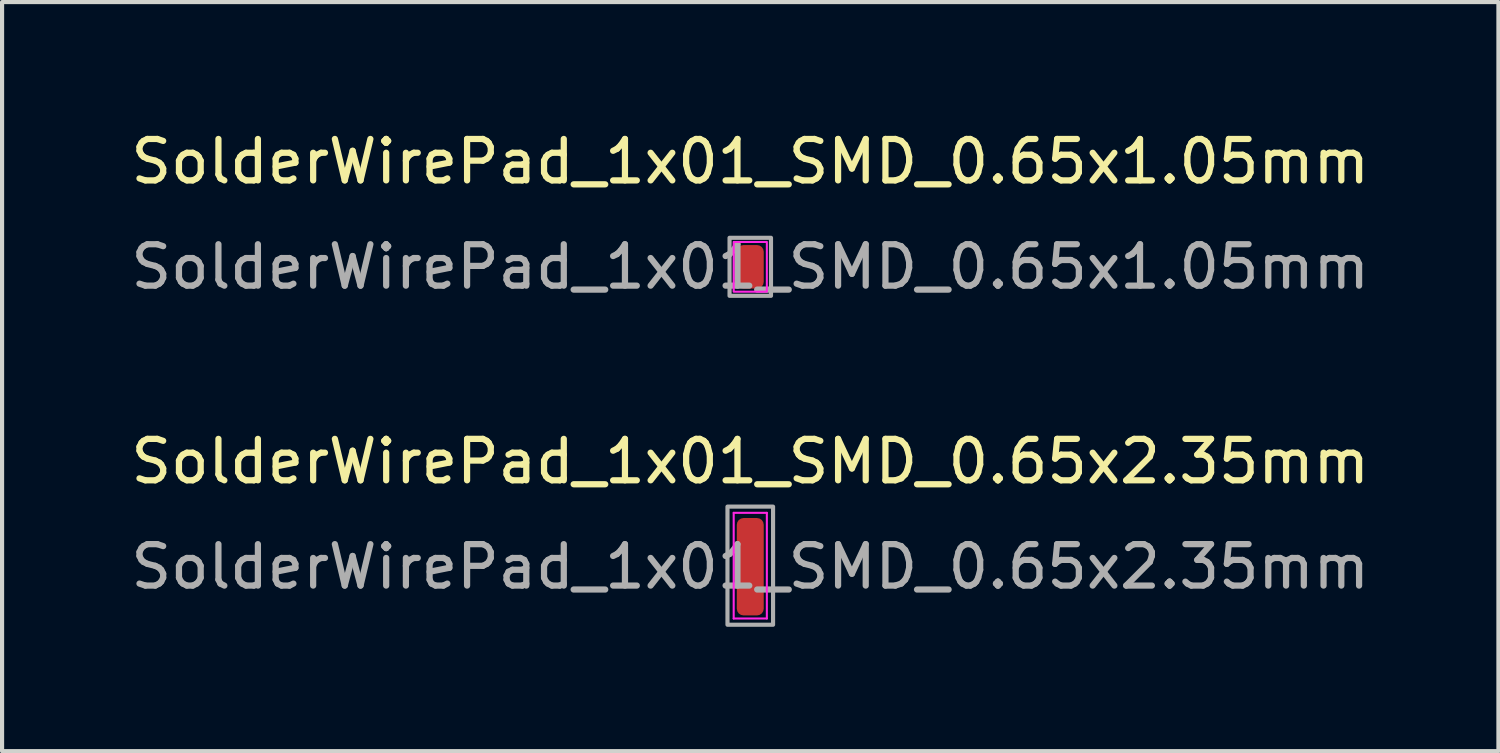
<source format=kicad_pcb>
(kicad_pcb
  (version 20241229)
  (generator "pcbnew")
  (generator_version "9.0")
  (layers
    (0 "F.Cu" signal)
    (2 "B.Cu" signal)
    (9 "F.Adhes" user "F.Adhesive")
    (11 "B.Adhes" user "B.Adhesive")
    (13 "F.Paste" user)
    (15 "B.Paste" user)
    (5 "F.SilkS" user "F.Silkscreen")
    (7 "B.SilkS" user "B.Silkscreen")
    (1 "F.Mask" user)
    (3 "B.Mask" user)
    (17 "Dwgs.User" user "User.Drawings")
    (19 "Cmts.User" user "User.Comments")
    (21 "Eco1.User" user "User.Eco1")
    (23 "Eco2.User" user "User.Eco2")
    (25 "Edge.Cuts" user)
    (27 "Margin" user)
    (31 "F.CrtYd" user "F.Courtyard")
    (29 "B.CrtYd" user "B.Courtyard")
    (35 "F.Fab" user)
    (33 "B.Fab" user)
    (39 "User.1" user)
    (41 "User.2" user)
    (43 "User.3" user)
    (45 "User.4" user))
  (footprint "SolderWirePad_1x01_SMD_0.65x2.35mm"
    (layer "F.Cu")
    (at 15.054 10.625)
    (property "Reference" "SolderWirePad_1x01_SMD_0.65x2.35mm" (at 0 -2.54 0) (layer "F.SilkS") (effects (font (size 1 1) (thickness 0.15))))
    (attr exclude_from_pos_files exclude_from_bom)
    (fp_line (start -0.4 -1.3) (end -0.4 1.25) (stroke (width 0.05) (type solid)) (layer "F.CrtYd"))
    (fp_line (start -0.4 1.25) (end 0.4 1.25) (stroke (width 0.05) (type default)) (layer "F.CrtYd"))
    (fp_line (start 0.4 -1.3) (end -0.4 -1.3) (stroke (width 0.05) (type solid)) (layer "F.CrtYd"))
    (fp_line (start 0.4 1.25) (end 0.4 -1.3) (stroke (width 0.05) (type default)) (layer "F.CrtYd"))
    (fp_rect (start 0.55 -1.45) (end -0.55 1.4) (stroke (width 0.1) (type default)) (fill no) (layer "F.Fab"))
    (fp_text user "${REFERENCE}" (at 0 0 0) (layer "F.Fab") (effects (font (size 1 1) (thickness 0.15))))
    (pad "1" smd roundrect (at 0 0) (size 0.65 2.35) (layers "F.Cu" "F.Mask" "F.Paste") (roundrect_rratio 0.25)))
  (footprint "SolderWirePad_1x01_SMD_0.65x1.05mm"
    (layer "F.Cu")
    (at 15.054 3.388)
    (property "Reference" "SolderWirePad_1x01_SMD_0.65x1.05mm" (at 0 -2.54 0) (layer "F.SilkS") (effects (font (size 1 1) (thickness 0.15))))
    (attr exclude_from_pos_files exclude_from_bom)
    (fp_rect (start 0.4 0.6) (end -0.4 -0.6) (stroke (width 0.05) (type default)) (fill no) (layer "F.CrtYd"))
    (fp_rect (start -0.5 0.7) (end 0.5 -0.7) (stroke (width 0.1) (type default)) (fill no) (layer "F.Fab"))
    (fp_text user "${REFERENCE}" (at 0 0 0) (layer "F.Fab") (effects (font (size 1 1) (thickness 0.15))))
    (pad "1" smd roundrect (at 0 0) (size 0.65 1.05) (layers "F.Cu" "F.Mask" "F.Paste") (roundrect_rratio 0.25)))
  (gr_rect
    (start -3 -3)
    (end 33.107 15.075)
    (stroke (width 0.1) (type default))
    (fill no)
    (layer "Edge.Cuts")))
</source>
